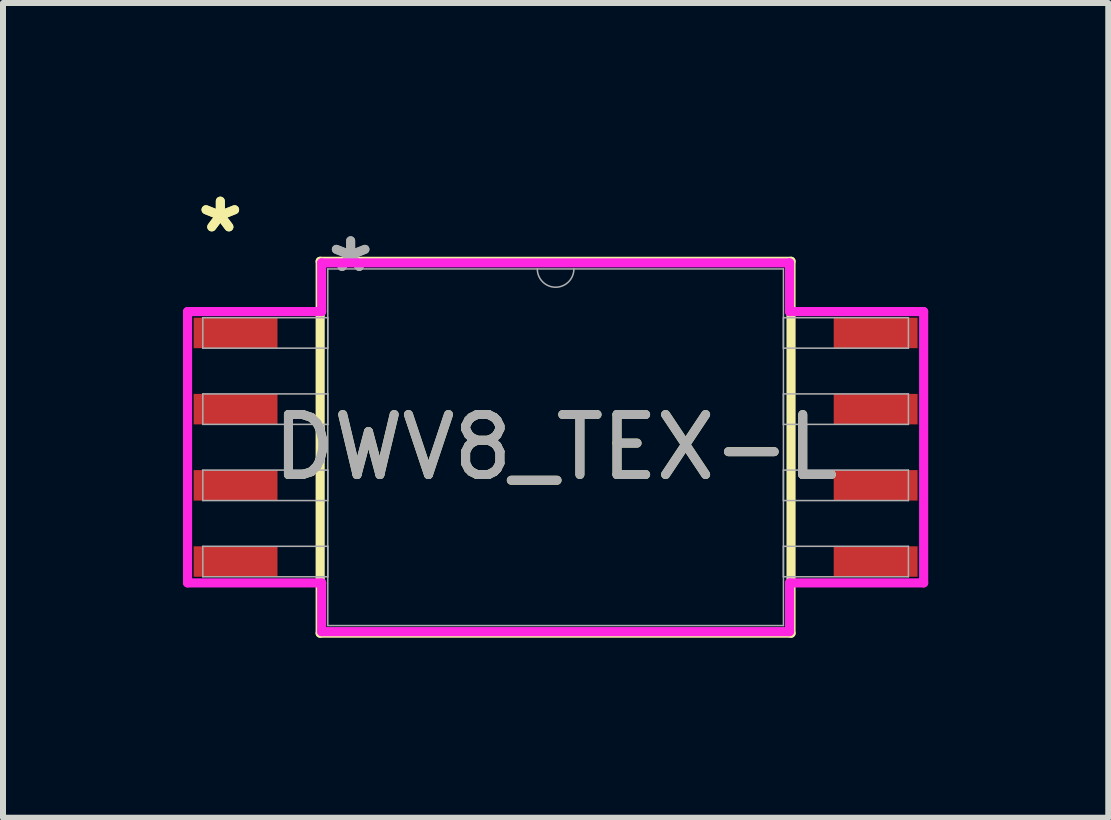
<source format=kicad_pcb>
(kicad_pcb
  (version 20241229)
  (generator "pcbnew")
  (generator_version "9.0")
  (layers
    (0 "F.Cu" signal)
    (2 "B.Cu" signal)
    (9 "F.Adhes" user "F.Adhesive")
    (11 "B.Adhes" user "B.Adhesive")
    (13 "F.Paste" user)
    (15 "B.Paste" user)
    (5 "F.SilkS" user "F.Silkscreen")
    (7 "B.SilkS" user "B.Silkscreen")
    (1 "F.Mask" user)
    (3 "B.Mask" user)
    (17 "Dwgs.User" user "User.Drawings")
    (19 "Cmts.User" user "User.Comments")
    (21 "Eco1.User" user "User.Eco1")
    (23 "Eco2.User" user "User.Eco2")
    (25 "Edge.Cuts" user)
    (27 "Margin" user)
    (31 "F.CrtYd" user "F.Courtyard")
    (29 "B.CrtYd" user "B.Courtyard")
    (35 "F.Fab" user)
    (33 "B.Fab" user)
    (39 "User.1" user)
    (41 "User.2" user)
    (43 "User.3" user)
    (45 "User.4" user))
  (footprint "DWV8_TEX-L"
    (layer "F.Cu")
    (at 6.21 4.404)
    (property "Reference" "DWV8_TEX-L" (at 0 0 0) (unlocked yes) (layer "F.SilkS") (effects (font (size 1 1) (thickness 0.15))))
    (attr smd)
    (fp_line (start -3.924 -3.099) (end -3.924 3.099) (stroke (width 0.152) (type solid)) (layer "F.SilkS"))
    (fp_line (start -3.924 3.099) (end 3.924 3.099) (stroke (width 0.152) (type solid)) (layer "F.SilkS"))
    (fp_line (start 3.924 -3.099) (end -3.924 -3.099) (stroke (width 0.152) (type solid)) (layer "F.SilkS"))
    (fp_line (start 3.924 3.099) (end 3.924 -3.099) (stroke (width 0.152) (type solid)) (layer "F.SilkS"))
    (fp_line (start -6.134 -2.261) (end -3.899 -2.261) (stroke (width 0.152) (type solid)) (layer "F.CrtYd"))
    (fp_line (start -6.134 2.261) (end -6.134 -2.261) (stroke (width 0.152) (type solid)) (layer "F.CrtYd"))
    (fp_line (start -6.134 2.261) (end -3.899 2.261) (stroke (width 0.152) (type solid)) (layer "F.CrtYd"))
    (fp_line (start -3.899 -3.073) (end 3.899 -3.073) (stroke (width 0.152) (type solid)) (layer "F.CrtYd"))
    (fp_line (start -3.899 -2.261) (end -3.899 -3.073) (stroke (width 0.152) (type solid)) (layer "F.CrtYd"))
    (fp_line (start -3.899 3.073) (end -3.899 2.261) (stroke (width 0.152) (type solid)) (layer "F.CrtYd"))
    (fp_line (start 3.899 -3.073) (end 3.899 -2.261) (stroke (width 0.152) (type solid)) (layer "F.CrtYd"))
    (fp_line (start 3.899 2.261) (end 3.899 3.073) (stroke (width 0.152) (type solid)) (layer "F.CrtYd"))
    (fp_line (start 3.899 3.073) (end -3.899 3.073) (stroke (width 0.152) (type solid)) (layer "F.CrtYd"))
    (fp_line (start 6.134 -2.261) (end 3.899 -2.261) (stroke (width 0.152) (type solid)) (layer "F.CrtYd"))
    (fp_line (start 6.134 -2.261) (end 6.134 2.261) (stroke (width 0.152) (type solid)) (layer "F.CrtYd"))
    (fp_line (start 6.134 2.261) (end 3.899 2.261) (stroke (width 0.152) (type solid)) (layer "F.CrtYd"))
    (fp_line (start -5.88 -2.159) (end -5.88 -1.651) (stroke (width 0.025) (type solid)) (layer "F.Fab"))
    (fp_line (start -5.88 -1.651) (end -3.797 -1.651) (stroke (width 0.025) (type solid)) (layer "F.Fab"))
    (fp_line (start -5.88 -0.889) (end -5.88 -0.381) (stroke (width 0.025) (type solid)) (layer "F.Fab"))
    (fp_line (start -5.88 -0.381) (end -3.797 -0.381) (stroke (width 0.025) (type solid)) (layer "F.Fab"))
    (fp_line (start -5.88 0.381) (end -5.88 0.889) (stroke (width 0.025) (type solid)) (layer "F.Fab"))
    (fp_line (start -5.88 0.889) (end -3.797 0.889) (stroke (width 0.025) (type solid)) (layer "F.Fab"))
    (fp_line (start -5.88 1.651) (end -5.88 2.159) (stroke (width 0.025) (type solid)) (layer "F.Fab"))
    (fp_line (start -5.88 2.159) (end -3.797 2.159) (stroke (width 0.025) (type solid)) (layer "F.Fab"))
    (fp_line (start -3.797 -2.972) (end -3.797 2.972) (stroke (width 0.025) (type solid)) (layer "F.Fab"))
    (fp_line (start -3.797 -2.159) (end -5.88 -2.159) (stroke (width 0.025) (type solid)) (layer "F.Fab"))
    (fp_line (start -3.797 -1.651) (end -3.797 -2.159) (stroke (width 0.025) (type solid)) (layer "F.Fab"))
    (fp_line (start -3.797 -0.889) (end -5.88 -0.889) (stroke (width 0.025) (type solid)) (layer "F.Fab"))
    (fp_line (start -3.797 -0.381) (end -3.797 -0.889) (stroke (width 0.025) (type solid)) (layer "F.Fab"))
    (fp_line (start -3.797 0.381) (end -5.88 0.381) (stroke (width 0.025) (type solid)) (layer "F.Fab"))
    (fp_line (start -3.797 0.889) (end -3.797 0.381) (stroke (width 0.025) (type solid)) (layer "F.Fab"))
    (fp_line (start -3.797 1.651) (end -5.88 1.651) (stroke (width 0.025) (type solid)) (layer "F.Fab"))
    (fp_line (start -3.797 2.159) (end -3.797 1.651) (stroke (width 0.025) (type solid)) (layer "F.Fab"))
    (fp_line (start -3.797 2.972) (end 3.797 2.972) (stroke (width 0.025) (type solid)) (layer "F.Fab"))
    (fp_line (start 3.797 -2.972) (end -3.797 -2.972) (stroke (width 0.025) (type solid)) (layer "F.Fab"))
    (fp_line (start 3.797 -2.159) (end 3.797 -1.651) (stroke (width 0.025) (type solid)) (layer "F.Fab"))
    (fp_line (start 3.797 -1.651) (end 5.88 -1.651) (stroke (width 0.025) (type solid)) (layer "F.Fab"))
    (fp_line (start 3.797 -0.889) (end 3.797 -0.381) (stroke (width 0.025) (type solid)) (layer "F.Fab"))
    (fp_line (start 3.797 -0.381) (end 5.88 -0.381) (stroke (width 0.025) (type solid)) (layer "F.Fab"))
    (fp_line (start 3.797 0.381) (end 3.797 0.889) (stroke (width 0.025) (type solid)) (layer "F.Fab"))
    (fp_line (start 3.797 0.889) (end 5.88 0.889) (stroke (width 0.025) (type solid)) (layer "F.Fab"))
    (fp_line (start 3.797 1.651) (end 3.797 2.159) (stroke (width 0.025) (type solid)) (layer "F.Fab"))
    (fp_line (start 3.797 2.159) (end 5.88 2.159) (stroke (width 0.025) (type solid)) (layer "F.Fab"))
    (fp_line (start 3.797 2.972) (end 3.797 -2.972) (stroke (width 0.025) (type solid)) (layer "F.Fab"))
    (fp_line (start 5.88 -2.159) (end 3.797 -2.159) (stroke (width 0.025) (type solid)) (layer "F.Fab"))
    (fp_line (start 5.88 -1.651) (end 5.88 -2.159) (stroke (width 0.025) (type solid)) (layer "F.Fab"))
    (fp_line (start 5.88 -0.889) (end 3.797 -0.889) (stroke (width 0.025) (type solid)) (layer "F.Fab"))
    (fp_line (start 5.88 -0.381) (end 5.88 -0.889) (stroke (width 0.025) (type solid)) (layer "F.Fab"))
    (fp_line (start 5.88 0.381) (end 3.797 0.381) (stroke (width 0.025) (type solid)) (layer "F.Fab"))
    (fp_line (start 5.88 0.889) (end 5.88 0.381) (stroke (width 0.025) (type solid)) (layer "F.Fab"))
    (fp_line (start 5.88 1.651) (end 3.797 1.651) (stroke (width 0.025) (type solid)) (layer "F.Fab"))
    (fp_line (start 5.88 2.159) (end 5.88 1.651) (stroke (width 0.025) (type solid)) (layer "F.Fab"))
    (fp_arc (start 0.3048 -2.9718) (mid 0 -2.667) (end -0.3048 -2.9718) (stroke (width 0.0254) (type solid)) (layer "F.Fab"))
    (fp_text user "*" (at -5.588 -3.556 0) (unlocked yes) (layer "F.SilkS") (effects (font (size 1 1) (thickness 0.15))))
    (fp_text user "*" (at -5.588 -3.556 0) (layer "F.SilkS") (effects (font (size 1 1) (thickness 0.15))))
    (fp_text user "*" (at -3.416 -2.896 0) (unlocked yes) (layer "F.Fab") (effects (font (size 1 1) (thickness 0.15))))
    (fp_text user "*" (at -3.416 -2.896 0) (layer "F.Fab") (effects (font (size 1 1) (thickness 0.15))))
    (fp_text user "${REFERENCE}" (at 0 0 0) (unlocked yes) (layer "F.Fab") (effects (font (size 1 1) (thickness 0.15))))
    (pad "1" smd rect (at -5.334 -1.905) (size 1.397 0.508) (layers "F.Cu" "F.Mask" "F.Paste"))
    (pad "2" smd rect (at -5.334 -0.635) (size 1.397 0.508) (layers "F.Cu" "F.Mask" "F.Paste"))
    (pad "3" smd rect (at -5.334 0.635) (size 1.397 0.508) (layers "F.Cu" "F.Mask" "F.Paste"))
    (pad "4" smd rect (at -5.334 1.905) (size 1.397 0.508) (layers "F.Cu" "F.Mask" "F.Paste"))
    (pad "5" smd rect (at 5.334 1.905) (size 1.397 0.508) (layers "F.Cu" "F.Mask" "F.Paste"))
    (pad "6" smd rect (at 5.334 0.635) (size 1.397 0.508) (layers "F.Cu" "F.Mask" "F.Paste"))
    (pad "7" smd rect (at 5.334 -0.635) (size 1.397 0.508) (layers "F.Cu" "F.Mask" "F.Paste"))
    (pad "8" smd rect (at 5.334 -1.905) (size 1.397 0.508) (layers "F.Cu" "F.Mask" "F.Paste")))
  (gr_rect
    (start -3 -3)
    (end 15.421 10.579)
    (stroke (width 0.1) (type default))
    (fill no)
    (layer "Edge.Cuts")))
</source>
